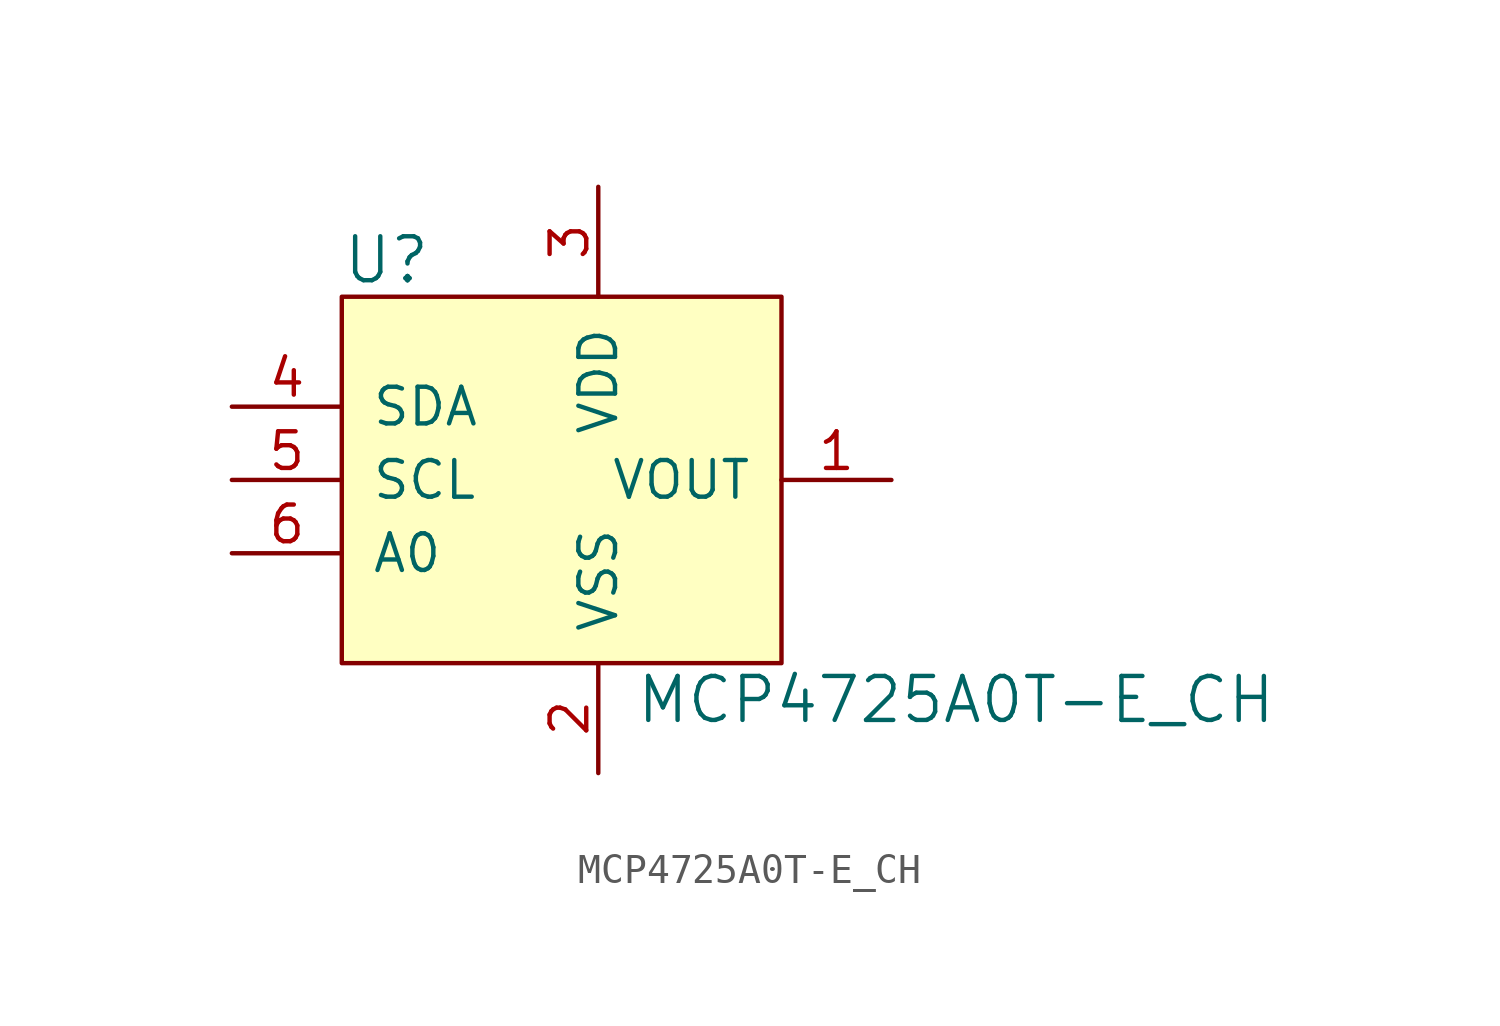
<source format=kicad_sym>
(kicad_symbol_lib
  (version 20201005)
  (generator kicad_symbol_editor)
  (symbol "MCP4725A0T-E_CH"
    (pin_names
      (offset 1.016))
    (property "Reference" "U"
      (at -8.89 7.62 0)
      (effects (font (size 1.524 1.524)) (justify left)))
    (property "Value" "MCP4725A0T-E_CH"
      (at 1.27 -7.62 0)
      (effects (font (size 1.524 1.524)) (justify left)))
    (symbol "MCP4725A0T-E_CH_0_1"
      (rectangle (start -8.89 6.35) (end 6.35 -6.35) (stroke (width 0)) (fill (type background))))
    (symbol "MCP4725A0T-E_CH_1_1"
      (pin output line (at 10.16 0 180) (length 3.81) (name "VOUT" (effects (font (size 1.27 1.27)))) (number "1" (effects (font (size 1.27 1.27)))))
      (pin power_in line (at 0 -10.16 90) (length 3.81) (name "VSS" (effects (font (size 1.27 1.27)))) (number "2" (effects (font (size 1.27 1.27)))))
      (pin power_in line (at 0 10.16 270) (length 3.81) (name "VDD" (effects (font (size 1.27 1.27)))) (number "3" (effects (font (size 1.27 1.27)))))
      (pin bidirectional line (at -12.7 2.54 0) (length 3.81) (name "SDA" (effects (font (size 1.27 1.27)))) (number "4" (effects (font (size 1.27 1.27)))))
      (pin input line (at -12.7 0 0) (length 3.81) (name "SCL" (effects (font (size 1.27 1.27)))) (number "5" (effects (font (size 1.27 1.27)))))
      (pin input line (at -12.7 -2.54 0) (length 3.81) (name "A0" (effects (font (size 1.27 1.27)))) (number "6" (effects (font (size 1.27 1.27))))))))
</source>
